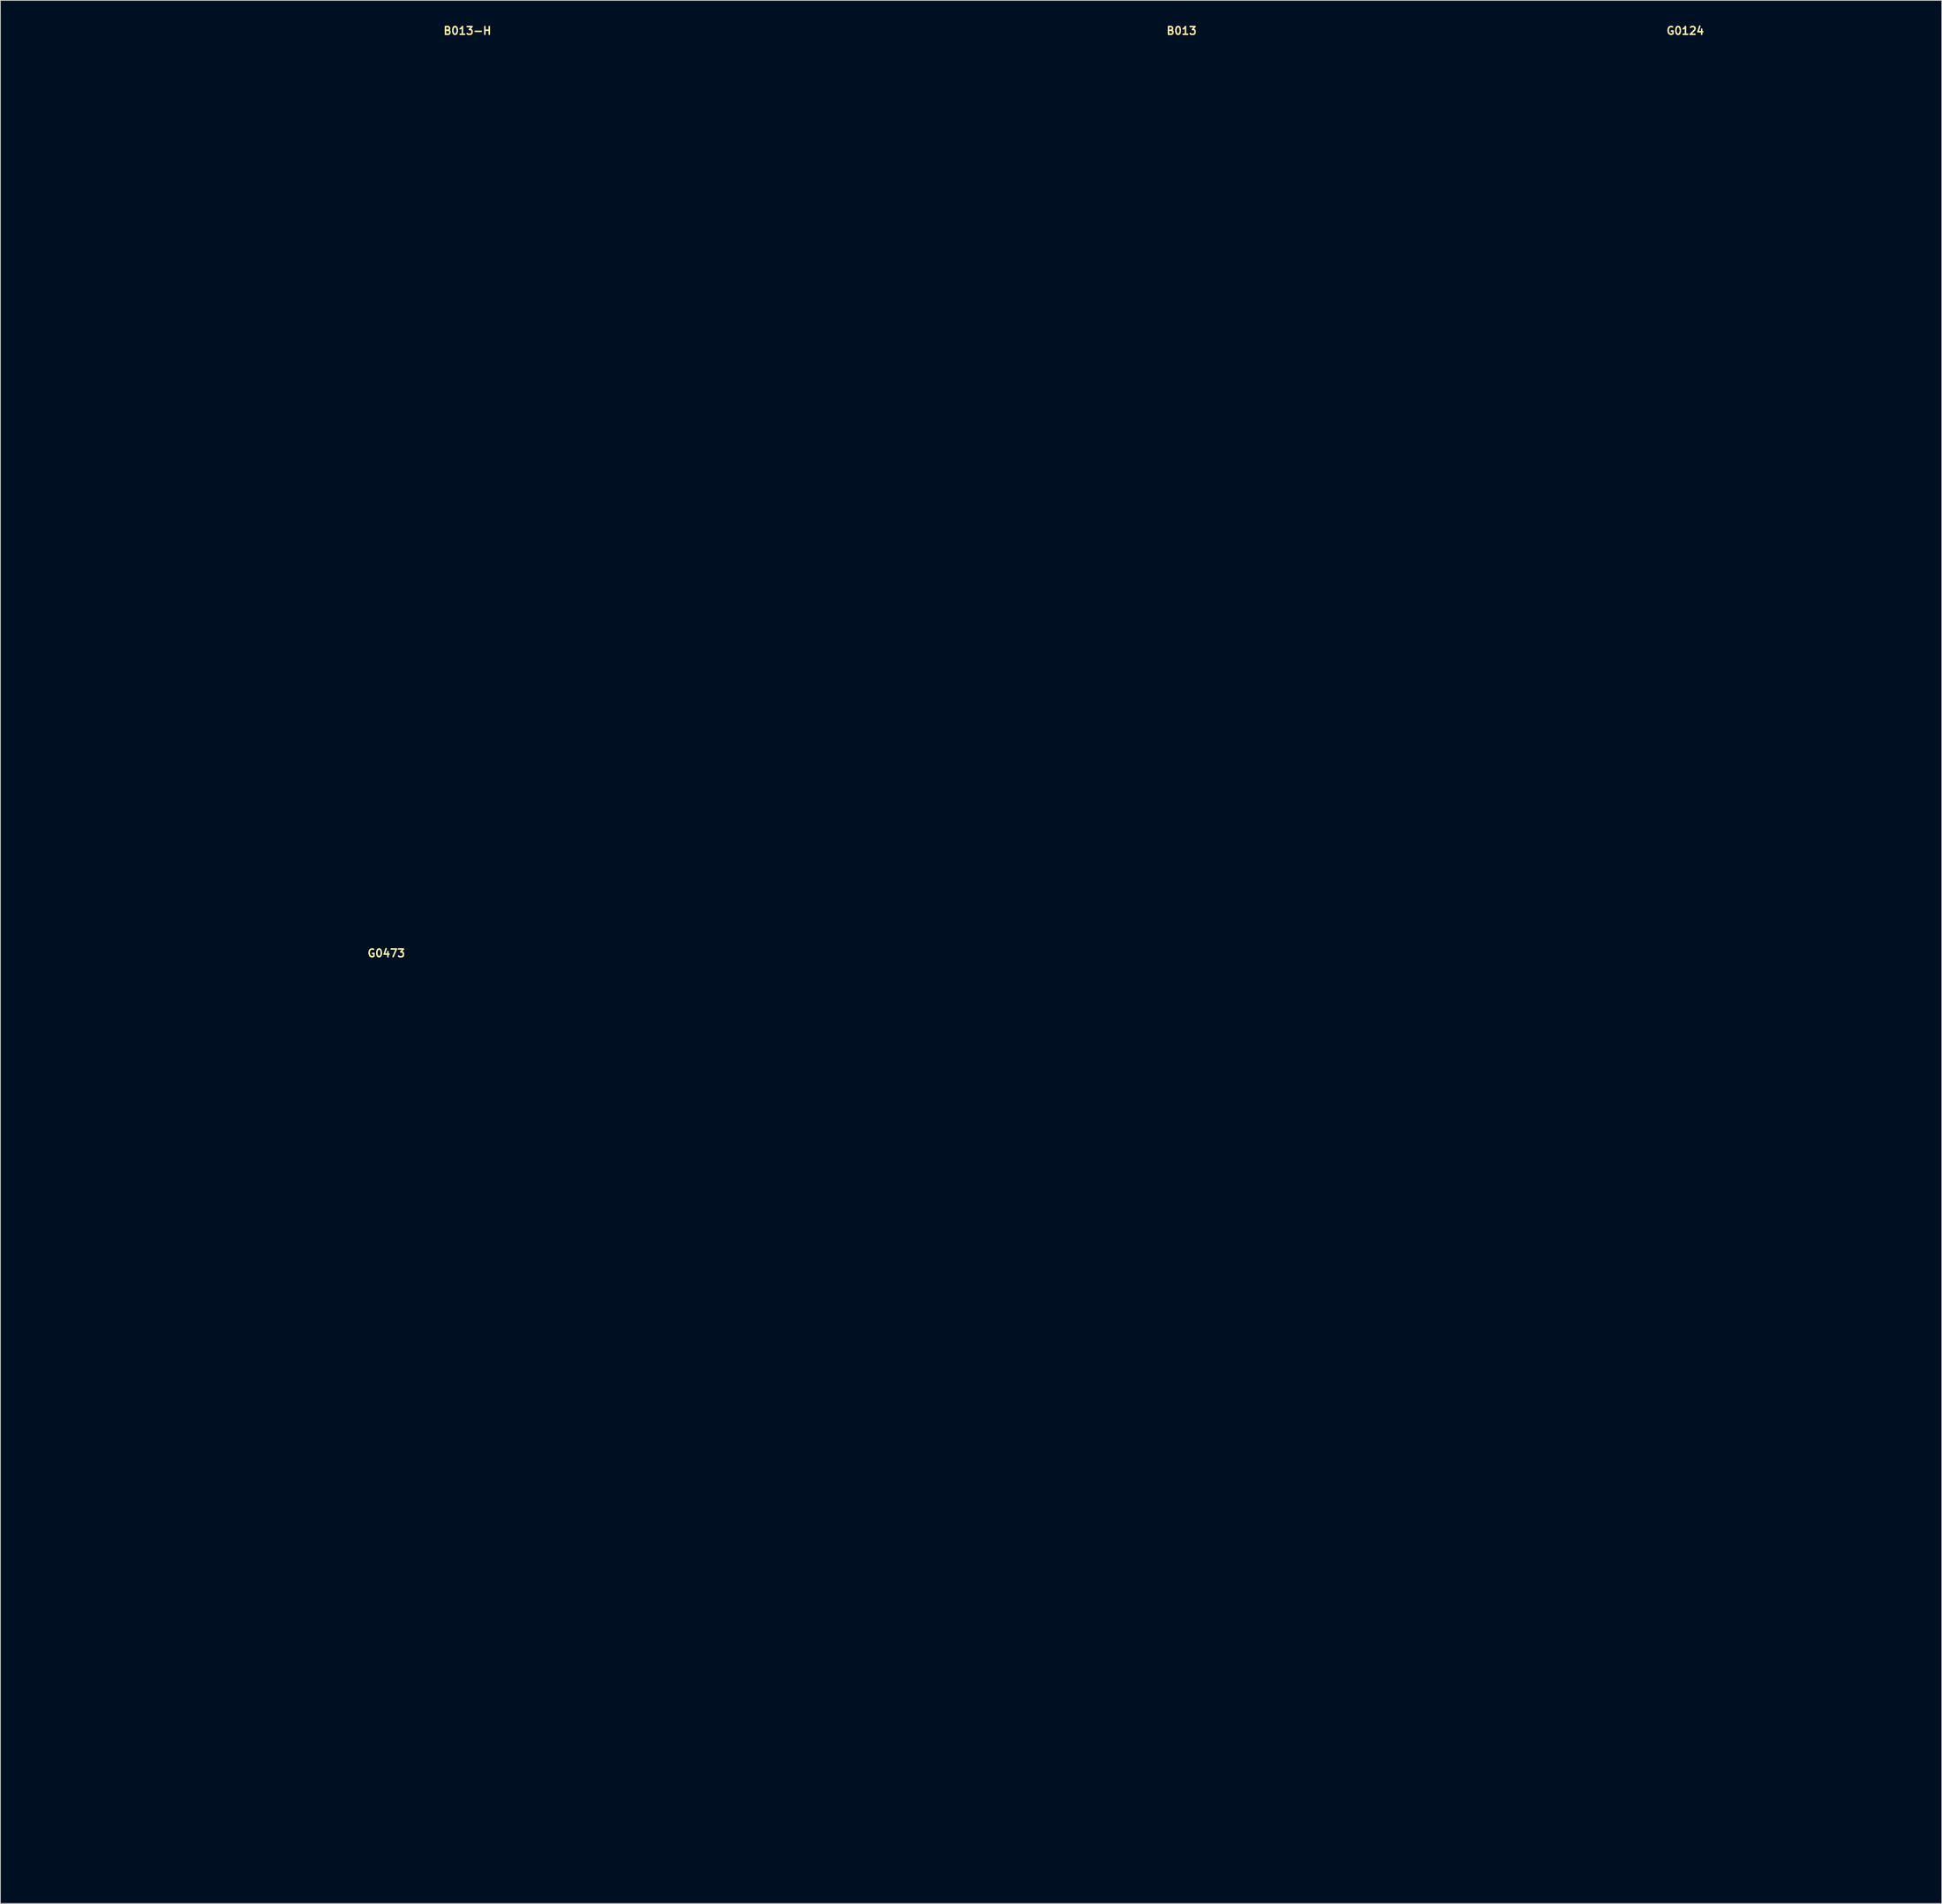
<source format=kicad_pcb>
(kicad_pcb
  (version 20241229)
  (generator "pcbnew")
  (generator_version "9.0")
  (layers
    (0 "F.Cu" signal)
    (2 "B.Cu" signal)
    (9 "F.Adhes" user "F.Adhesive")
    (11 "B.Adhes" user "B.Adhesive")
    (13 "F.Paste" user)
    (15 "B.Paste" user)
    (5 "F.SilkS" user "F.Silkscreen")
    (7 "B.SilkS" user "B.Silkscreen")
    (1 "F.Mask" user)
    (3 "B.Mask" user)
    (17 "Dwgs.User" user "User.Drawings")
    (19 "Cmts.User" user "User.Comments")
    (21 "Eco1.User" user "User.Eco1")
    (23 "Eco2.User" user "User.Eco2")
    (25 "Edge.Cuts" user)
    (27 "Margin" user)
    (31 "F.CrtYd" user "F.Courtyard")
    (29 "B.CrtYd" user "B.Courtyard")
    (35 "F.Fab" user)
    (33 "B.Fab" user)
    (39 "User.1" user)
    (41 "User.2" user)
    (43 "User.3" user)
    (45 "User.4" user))
  (footprint "G0124"
    (layer "F.Cu")
    (at 215.1 57.197)
    (property "Reference" "G0124" (at 0 -56.261 0) (layer "F.SilkS") (effects (font (size 1 1) (thickness 0.2))))
    (attr through_hole)
    (fp_line (start -30 -55.5) (end -30 55.5) (stroke (width 0.4) (type solid)) (layer "Eco1.User"))
    (fp_line (start -30 -55.5) (end 30 -55.5) (stroke (width 0.4) (type solid)) (layer "Eco1.User"))
    (fp_line (start -30 55.5) (end 30 55.5) (stroke (width 0.4) (type solid)) (layer "Eco1.User"))
    (fp_line (start -28.1 -53.6) (end -28.1 53.6) (stroke (width 0.4) (type solid)) (layer "Eco1.User"))
    (fp_line (start -28.1 -53.6) (end 28.1 -53.6) (stroke (width 0.4) (type solid)) (layer "Eco1.User"))
    (fp_line (start -28.1 -48.3) (end -25.4 -48.3) (stroke (width 0.4) (type solid)) (layer "Eco1.User"))
    (fp_line (start -28.1 53.6) (end 28.1 53.6) (stroke (width 0.4) (type solid)) (layer "Eco1.User"))
    (fp_line (start -25.4 48.3) (end -28.1 48.3) (stroke (width 0.4) (type solid)) (layer "Eco1.User"))
    (fp_line (start -22.9 -53.6) (end -22.9 -50.8) (stroke (width 0.4) (type solid)) (layer "Eco1.User"))
    (fp_line (start -22.9 50.8) (end -22.9 53.6) (stroke (width 0.4) (type solid)) (layer "Eco1.User"))
    (fp_line (start 22.9 -53.6) (end 22.9 -50.8) (stroke (width 0.4) (type solid)) (layer "Eco1.User"))
    (fp_line (start 22.9 50.8) (end 22.9 53.6) (stroke (width 0.4) (type solid)) (layer "Eco1.User"))
    (fp_line (start 25.4 -48.3) (end 28.1 -48.3) (stroke (width 0.4) (type solid)) (layer "Eco1.User"))
    (fp_line (start 25.4 48.3) (end 28.1 48.3) (stroke (width 0.4) (type solid)) (layer "Eco1.User"))
    (fp_line (start 28.1 -53.6) (end 28.1 53.6) (stroke (width 0.4) (type solid)) (layer "Eco1.User"))
    (fp_line (start 30 -55.5) (end 30 55.5) (stroke (width 0.4) (type solid)) (layer "Eco1.User"))
    (fp_arc (start -25.4 48.3) (mid -23.632233 49.032233) (end -22.9 50.8) (stroke (width 0.4) (type solid)) (layer "Eco1.User"))
    (fp_arc (start -22.9 -50.8) (mid -23.632233 -49.032233) (end -25.4 -48.3) (stroke (width 0.4) (type solid)) (layer "Eco1.User"))
    (fp_arc (start 22.9 50.8) (mid 23.632233 49.032233) (end 25.4 48.3) (stroke (width 0.4) (type solid)) (layer "Eco1.User"))
    (fp_arc (start 25.4 -48.3) (mid 23.632233 -49.032233) (end 22.9 -50.8) (stroke (width 0.4) (type solid)) (layer "Eco1.User"))
    (fp_circle (center -25.4 -50.8) (end -23.9 -50.8) (stroke (width 0.4) (type solid)) (fill no) (layer "Eco1.User"))
    (fp_circle (center -25.4 50.8) (end -23.9 50.8) (stroke (width 0.4) (type solid)) (fill no) (layer "Eco1.User"))
    (fp_circle (center 25.4 -50.8) (end 26.9 -50.8) (stroke (width 0.4) (type solid)) (fill no) (layer "Eco1.User"))
    (fp_circle (center 25.4 50.8) (end 26.9 50.8) (stroke (width 0.4) (type solid)) (fill no) (layer "Eco1.User")))
  (footprint "B013"
    (layer "F.Cu")
    (at 149.9 58.975)
    (property "Reference" "B013" (at 0 -58.039 0) (layer "F.SilkS") (effects (font (size 1 1) (thickness 0.2))))
    (attr through_hole)
    (fp_line (start -31.8 -57.25) (end -31.8 57.25) (stroke (width 0.4) (type solid)) (layer "Eco1.User"))
    (fp_line (start -31.8 -57.25) (end 31.8 -57.25) (stroke (width 0.4) (type solid)) (layer "Eco1.User"))
    (fp_line (start -31.8 57.25) (end 31.8 57.25) (stroke (width 0.4) (type solid)) (layer "Eco1.User"))
    (fp_line (start -30.45 -55.75) (end -30.45 55.75) (stroke (width 0.4) (type solid)) (layer "Eco1.User"))
    (fp_line (start -30.45 -55.75) (end 30.45 -55.75) (stroke (width 0.4) (type solid)) (layer "Eco1.User"))
    (fp_line (start -30.45 -49) (end -27.1 -49) (stroke (width 0.4) (type solid)) (layer "Eco1.User"))
    (fp_line (start -30.45 49) (end -27.1 49) (stroke (width 0.4) (type solid)) (layer "Eco1.User"))
    (fp_line (start -30.45 55.75) (end 30.45 55.75) (stroke (width 0.4) (type solid)) (layer "Eco1.User"))
    (fp_line (start -23.85 -55.75) (end -23.85 -52.25) (stroke (width 0.4) (type solid)) (layer "Eco1.User"))
    (fp_line (start -23.85 52.25) (end -23.85 55.75) (stroke (width 0.4) (type solid)) (layer "Eco1.User"))
    (fp_line (start 23.85 -55.75) (end 23.85 -52.25) (stroke (width 0.4) (type solid)) (layer "Eco1.User"))
    (fp_line (start 23.85 52.25) (end 23.85 55.75) (stroke (width 0.4) (type solid)) (layer "Eco1.User"))
    (fp_line (start 27.1 -49) (end 30.45 -49) (stroke (width 0.4) (type solid)) (layer "Eco1.User"))
    (fp_line (start 27.1 49) (end 30.45 49) (stroke (width 0.4) (type solid)) (layer "Eco1.User"))
    (fp_line (start 30.45 -55.75) (end 30.45 55.75) (stroke (width 0.4) (type solid)) (layer "Eco1.User"))
    (fp_line (start 31.8 -57.25) (end 31.8 57.25) (stroke (width 0.4) (type solid)) (layer "Eco1.User"))
    (fp_arc (start -27.1 49) (mid -24.801903 49.951903) (end -23.85 52.25) (stroke (width 0.4) (type solid)) (layer "Eco1.User"))
    (fp_arc (start -23.85 -52.25) (mid -24.801903 -49.951903) (end -27.1 -49) (stroke (width 0.4) (type solid)) (layer "Eco1.User"))
    (fp_arc (start 23.85 52.25) (mid 24.801903 49.951903) (end 27.1 49) (stroke (width 0.4) (type solid)) (layer "Eco1.User"))
    (fp_arc (start 27.1 -49) (mid 24.801903 -49.951903) (end 23.85 -52.25) (stroke (width 0.4) (type solid)) (layer "Eco1.User"))
    (fp_circle (center -27.1 -52.25) (end -25.6 -52.25) (stroke (width 0.4) (type solid)) (fill no) (layer "Eco1.User"))
    (fp_circle (center -27.1 52.25) (end -25.6 52.25) (stroke (width 0.4) (type solid)) (fill no) (layer "Eco1.User"))
    (fp_circle (center 27.1 -52.25) (end 28.6 -52.25) (stroke (width 0.4) (type solid)) (fill no) (layer "Eco1.User"))
    (fp_circle (center 27.1 52.25) (end 28.6 52.25) (stroke (width 0.4) (type solid)) (fill no) (layer "Eco1.User")))
  (footprint "G0473"
    (layer "F.Cu")
    (at 46.95 180.686)
    (property "Reference" "G0473" (at 0 -60.325 0) (layer "F.SilkS") (effects (font (size 1 1) (thickness 0.2))))
    (attr through_hole)
    (fp_line (start -46.75 -59.5) (end -46.75 59.5) (stroke (width 0.4) (type solid)) (layer "Eco1.User"))
    (fp_line (start -46.75 -59.5) (end 46.75 -59.5) (stroke (width 0.4) (type solid)) (layer "Eco1.User"))
    (fp_line (start -46.75 59.5) (end 46.75 59.5) (stroke (width 0.4) (type solid)) (layer "Eco1.User"))
    (fp_line (start -44.35 -57.1) (end -44.35 57.1) (stroke (width 0.4) (type solid)) (layer "Eco1.User"))
    (fp_line (start -44.35 -57.1) (end 44.35 -57.1) (stroke (width 0.4) (type solid)) (layer "Eco1.User"))
    (fp_line (start -44.35 -52.25) (end -42.1 -52.25) (stroke (width 0.4) (type solid)) (layer "Eco1.User"))
    (fp_line (start -44.35 52.25) (end -42.1 52.25) (stroke (width 0.4) (type solid)) (layer "Eco1.User"))
    (fp_line (start -44.35 57.1) (end 44.35 57.1) (stroke (width 0.4) (type solid)) (layer "Eco1.User"))
    (fp_line (start -39.6 -57.1) (end -39.6 -54.75) (stroke (width 0.4) (type solid)) (layer "Eco1.User"))
    (fp_line (start -39.6 54.75) (end -39.6 57.1) (stroke (width 0.4) (type solid)) (layer "Eco1.User"))
    (fp_line (start 39.6 -57.1) (end 39.6 -54.75) (stroke (width 0.4) (type solid)) (layer "Eco1.User"))
    (fp_line (start 39.6 54.75) (end 39.6 57.1) (stroke (width 0.4) (type solid)) (layer "Eco1.User"))
    (fp_line (start 42.1 -52.25) (end 44.35 -52.25) (stroke (width 0.4) (type solid)) (layer "Eco1.User"))
    (fp_line (start 42.1 52.25) (end 44.35 52.25) (stroke (width 0.4) (type solid)) (layer "Eco1.User"))
    (fp_line (start 44.35 -57.1) (end 44.35 57.1) (stroke (width 0.4) (type solid)) (layer "Eco1.User"))
    (fp_line (start 46.75 -59.5) (end 46.75 59.5) (stroke (width 0.4) (type solid)) (layer "Eco1.User"))
    (fp_arc (start -42.1 52.25) (mid -40.332233 52.982233) (end -39.6 54.75) (stroke (width 0.4) (type solid)) (layer "Eco1.User"))
    (fp_arc (start -39.6 -54.75) (mid -40.332233 -52.982233) (end -42.1 -52.25) (stroke (width 0.4) (type solid)) (layer "Eco1.User"))
    (fp_arc (start 39.6 54.75) (mid 40.332233 52.982233) (end 42.1 52.25) (stroke (width 0.4) (type solid)) (layer "Eco1.User"))
    (fp_arc (start 42.1 -52.25) (mid 40.332233 -52.982233) (end 39.6 -54.75) (stroke (width 0.4) (type solid)) (layer "Eco1.User"))
    (fp_circle (center -42.1 -54.75) (end -40.6 -54.75) (stroke (width 0.4) (type solid)) (fill no) (layer "Eco1.User"))
    (fp_circle (center -42.1 54.75) (end -40.6 54.75) (stroke (width 0.4) (type solid)) (fill no) (layer "Eco1.User"))
    (fp_circle (center 42.1 -54.75) (end 43.6 -54.75) (stroke (width 0.4) (type solid)) (fill no) (layer "Eco1.User"))
    (fp_circle (center 42.1 54.75) (end 43.6 54.75) (stroke (width 0.4) (type solid)) (fill no) (layer "Eco1.User")))
  (footprint "B013-H"
    (layer "F.Cu")
    (at 57.45 33.575)
    (property "Reference" "B013-H" (at 0 -32.639 0) (layer "F.SilkS") (effects (font (size 1 1) (thickness 0.2))))
    (attr through_hole)
    (fp_line (start -57.25 -31.8) (end -57.25 31.8) (stroke (width 0.4) (type solid)) (layer "Eco1.User"))
    (fp_line (start -57.25 -31.8) (end 57.25 -31.8) (stroke (width 0.4) (type solid)) (layer "Eco1.User"))
    (fp_line (start -57.25 31.8) (end 57.25 31.8) (stroke (width 0.4) (type solid)) (layer "Eco1.User"))
    (fp_line (start -55.75 -30.45) (end -55.75 30.45) (stroke (width 0.4) (type solid)) (layer "Eco1.User"))
    (fp_line (start -55.75 -30.45) (end 55.75 -30.45) (stroke (width 0.4) (type solid)) (layer "Eco1.User"))
    (fp_line (start -55.75 -23.85) (end -52.25 -23.85) (stroke (width 0.4) (type solid)) (layer "Eco1.User"))
    (fp_line (start -55.75 23.85) (end -52.25 23.85) (stroke (width 0.4) (type solid)) (layer "Eco1.User"))
    (fp_line (start -55.75 30.45) (end 55.75 30.45) (stroke (width 0.4) (type solid)) (layer "Eco1.User"))
    (fp_line (start -49 -30.45) (end -49 -27.1) (stroke (width 0.4) (type solid)) (layer "Eco1.User"))
    (fp_line (start -49 27.1) (end -49 30.45) (stroke (width 0.4) (type solid)) (layer "Eco1.User"))
    (fp_line (start 49 -30.45) (end 49 -27.1) (stroke (width 0.4) (type solid)) (layer "Eco1.User"))
    (fp_line (start 49 27.1) (end 49 30.45) (stroke (width 0.4) (type solid)) (layer "Eco1.User"))
    (fp_line (start 52.25 -23.85) (end 55.75 -23.85) (stroke (width 0.4) (type solid)) (layer "Eco1.User"))
    (fp_line (start 52.25 23.85) (end 55.75 23.85) (stroke (width 0.4) (type solid)) (layer "Eco1.User"))
    (fp_line (start 55.75 -30.45) (end 55.75 30.45) (stroke (width 0.4) (type solid)) (layer "Eco1.User"))
    (fp_line (start 57.25 -31.8) (end 57.25 31.8) (stroke (width 0.4) (type solid)) (layer "Eco1.User"))
    (fp_arc (start -52.25 23.85) (mid -49.951903 24.801903) (end -49 27.1) (stroke (width 0.4) (type solid)) (layer "Eco1.User"))
    (fp_arc (start -49 -27.1) (mid -49.951903 -24.801903) (end -52.25 -23.85) (stroke (width 0.4) (type solid)) (layer "Eco1.User"))
    (fp_arc (start 49 27.1) (mid 49.951903 24.801903) (end 52.25 23.85) (stroke (width 0.4) (type solid)) (layer "Eco1.User"))
    (fp_arc (start 52.25 -23.85) (mid 49.951903 -24.801903) (end 49 -27.1) (stroke (width 0.4) (type solid)) (layer "Eco1.User"))
    (fp_circle (center -52.25 -27.1) (end -50.75 -27.1) (stroke (width 0.4) (type solid)) (fill no) (layer "Eco1.User"))
    (fp_circle (center -52.25 27.1) (end -50.75 27.1) (stroke (width 0.4) (type solid)) (fill no) (layer "Eco1.User"))
    (fp_circle (center 52.25 -27.1) (end 53.75 -27.1) (stroke (width 0.4) (type solid)) (fill no) (layer "Eco1.User"))
    (fp_circle (center 52.25 27.1) (end 53.75 27.1) (stroke (width 0.4) (type solid)) (fill no) (layer "Eco1.User")))
  (gr_rect
    (start -3 -3)
    (end 248.3 243.386)
    (stroke (width 0.1) (type default))
    (fill no)
    (layer "Edge.Cuts")))
</source>
